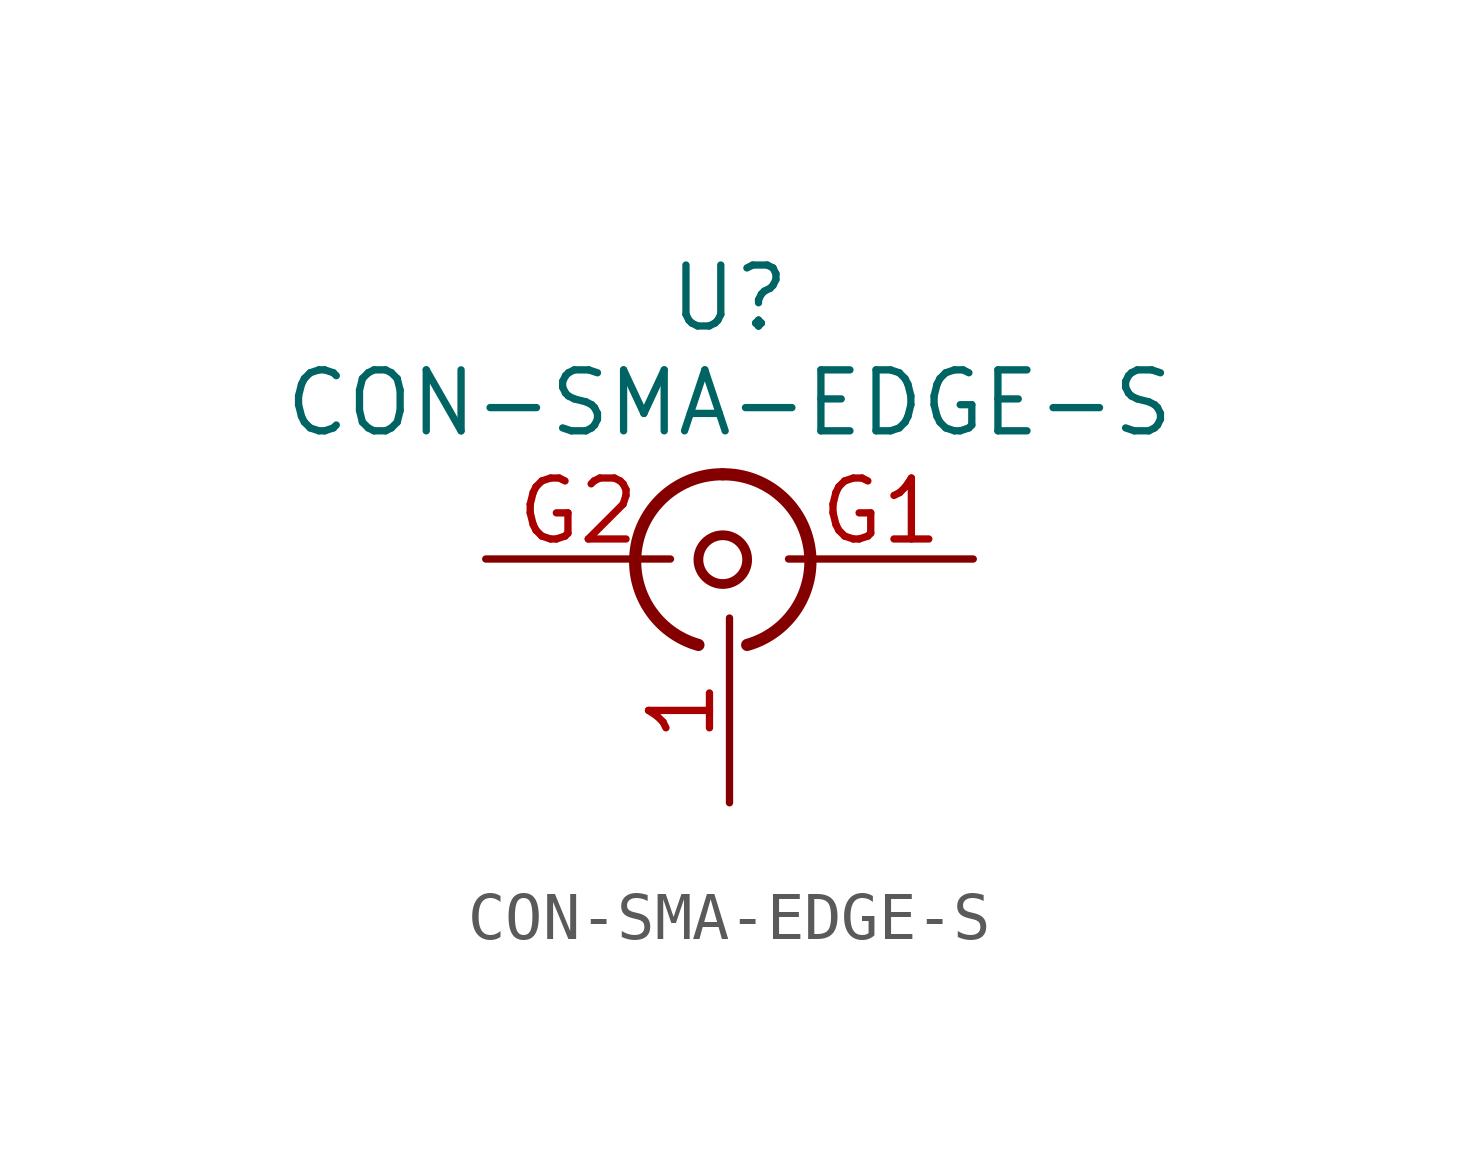
<source format=kicad_sym>
(kicad_symbol_lib
  (version 20211014)
  (generator kicad_symbol_editor)
  (symbol "CON-SMA-EDGE-S"
    (property "Reference" "U"
      (at 0 0.356 0)
      (effects (font (size 1.27 1.27))))
    (property "Value" "CON-SMA-EDGE-S"
      (at 0 -1.829 0)
      (effects (font (size 1.27 1.27))))
    (symbol "CON-SMA-EDGE-S_0_1"
      (circle (center -0.14 -5.093) (radius 0.508) (stroke (width 0.203) (type default) (color 0 0 0 0)) (fill (type none)))
      (arc (start -0.1397 -3.3147) (mid -1.948 -4.8707) (end -0.6477 -6.8707) (stroke (width 0.254) (type default) (color 0 0 0 0)) (fill (type none)))
      (arc (start 0.3683 -6.8707) (mid 1.6683 -4.8707) (end -0.1397 -3.3147) (stroke (width 0.254) (type default) (color 0 0 0 0)) (fill (type none))))
    (symbol "CON-SMA-EDGE-S_1_1"
      (pin bidirectional line (at 0 -10.16 90) (length 3.85) (name "" (effects (font (size 1.27 1.27)))) (number "1" (effects (font (size 1.27 1.27)))))
      (pin bidirectional line (at 5.08 -5.08 180) (length 3.85) (name "" (effects (font (size 1.27 1.27)))) (number "G1" (effects (font (size 1.27 1.27)))))
      (pin bidirectional line (at -5.08 -5.08 0) (length 3.85) (name "" (effects (font (size 1.27 1.27)))) (number "G2" (effects (font (size 1.27 1.27))))))))
</source>
